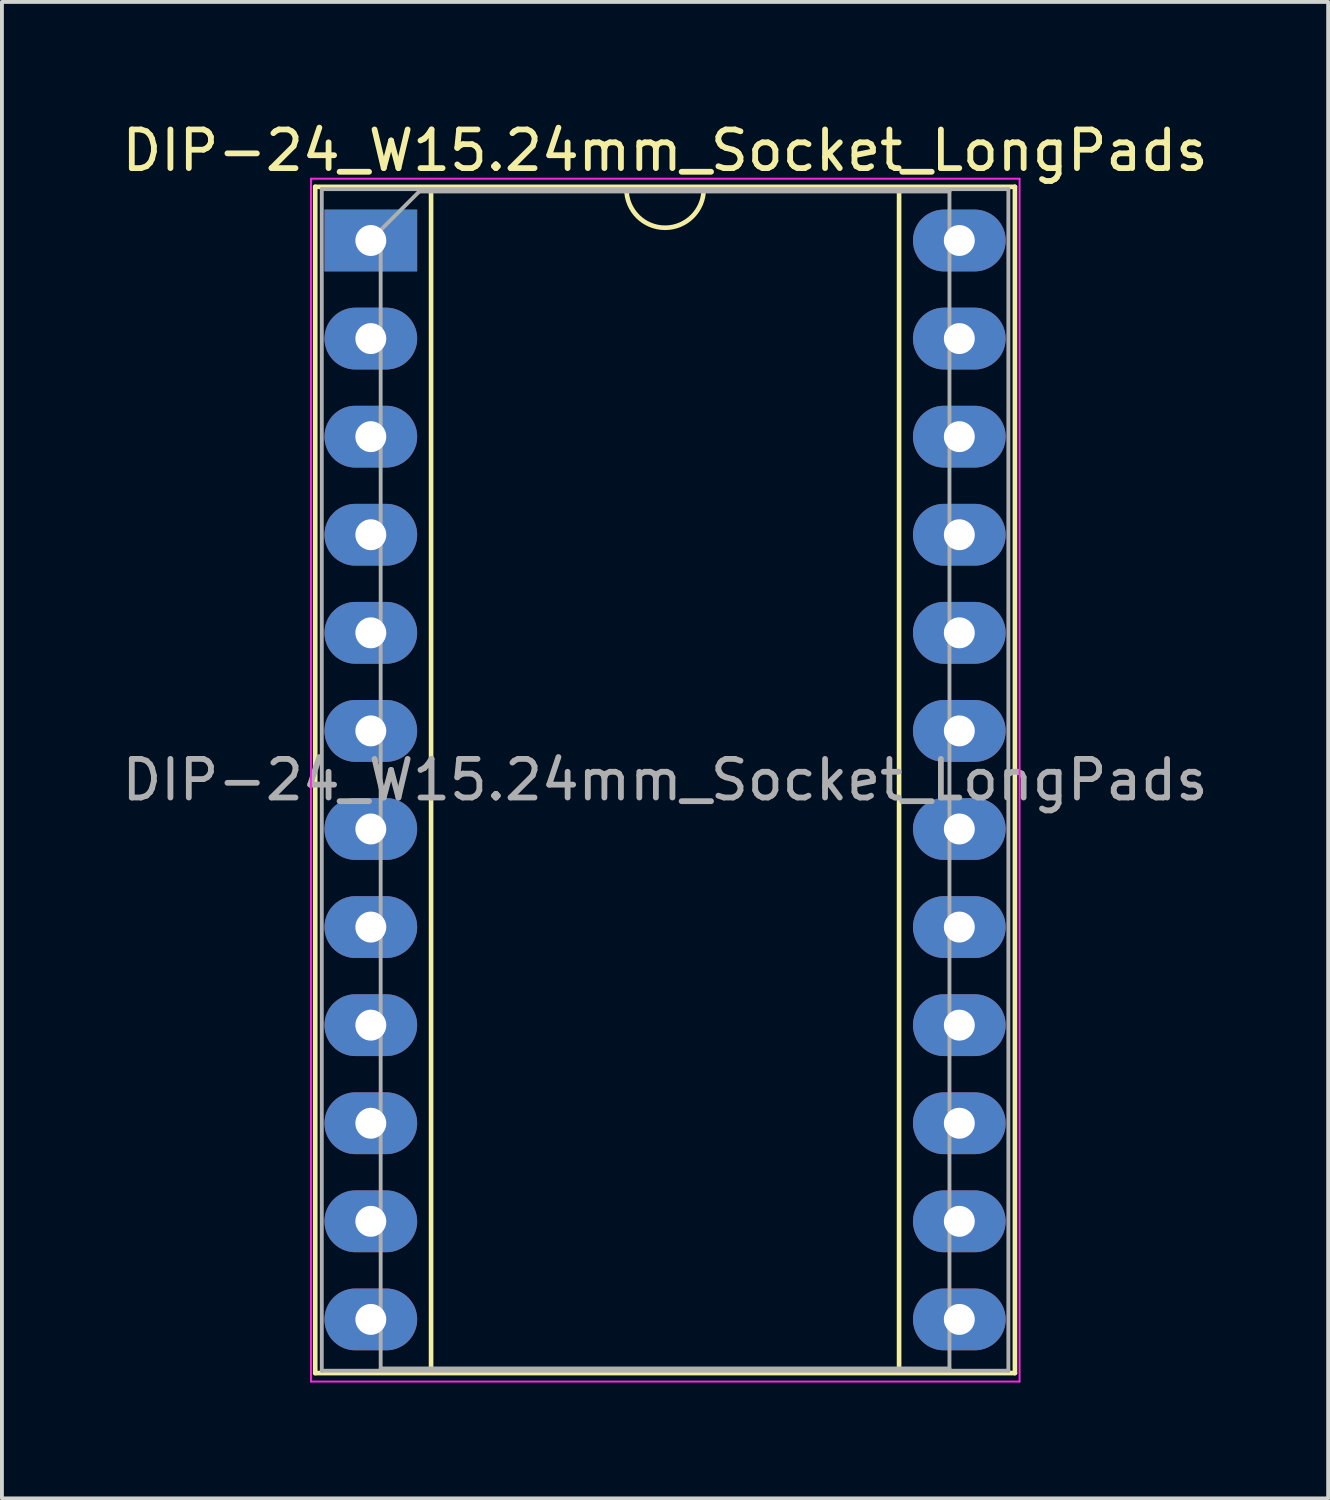
<source format=kicad_pcb>
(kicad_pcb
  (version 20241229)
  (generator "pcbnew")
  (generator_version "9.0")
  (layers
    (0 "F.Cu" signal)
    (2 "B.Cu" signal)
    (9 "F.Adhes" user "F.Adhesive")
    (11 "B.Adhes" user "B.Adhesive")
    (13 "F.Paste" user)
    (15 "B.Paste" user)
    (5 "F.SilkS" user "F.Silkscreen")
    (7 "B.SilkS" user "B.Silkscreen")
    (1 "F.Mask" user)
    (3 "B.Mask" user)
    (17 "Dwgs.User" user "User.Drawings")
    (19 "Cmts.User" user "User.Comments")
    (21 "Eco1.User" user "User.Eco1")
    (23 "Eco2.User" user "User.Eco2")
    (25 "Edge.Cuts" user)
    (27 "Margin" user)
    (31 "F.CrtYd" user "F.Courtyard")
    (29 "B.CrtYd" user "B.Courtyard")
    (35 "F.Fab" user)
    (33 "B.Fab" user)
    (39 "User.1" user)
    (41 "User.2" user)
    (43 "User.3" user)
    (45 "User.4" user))
  (footprint "DIP-24_W15.24mm_Socket_LongPads"
    (layer "F.Cu")
    (at 6.553 3.178)
    (property "Reference" "DIP-24_W15.24mm_Socket_LongPads" (at 7.62 -2.33 0) (layer "F.SilkS") (effects (font (size 1 1) (thickness 0.15))))
    (attr through_hole)
    (fp_line (start -1.44 -1.39) (end -1.44 29.33) (stroke (width 0.12) (type solid)) (layer "F.SilkS"))
    (fp_line (start -1.44 29.33) (end 16.68 29.33) (stroke (width 0.12) (type solid)) (layer "F.SilkS"))
    (fp_line (start 1.56 -1.33) (end 1.56 29.27) (stroke (width 0.12) (type solid)) (layer "F.SilkS"))
    (fp_line (start 1.56 29.27) (end 13.68 29.27) (stroke (width 0.12) (type solid)) (layer "F.SilkS"))
    (fp_line (start 6.62 -1.33) (end 1.56 -1.33) (stroke (width 0.12) (type solid)) (layer "F.SilkS"))
    (fp_line (start 13.68 -1.33) (end 8.62 -1.33) (stroke (width 0.12) (type solid)) (layer "F.SilkS"))
    (fp_line (start 13.68 29.27) (end 13.68 -1.33) (stroke (width 0.12) (type solid)) (layer "F.SilkS"))
    (fp_line (start 16.68 -1.39) (end -1.44 -1.39) (stroke (width 0.12) (type solid)) (layer "F.SilkS"))
    (fp_line (start 16.68 29.33) (end 16.68 -1.39) (stroke (width 0.12) (type solid)) (layer "F.SilkS"))
    (fp_arc (start 8.62 -1.33) (mid 7.62 -0.33) (end 6.62 -1.33) (stroke (width 0.12) (type solid)) (layer "F.SilkS"))
    (fp_line (start -1.55 -1.6) (end -1.55 29.55) (stroke (width 0.05) (type solid)) (layer "F.CrtYd"))
    (fp_line (start -1.55 29.55) (end 16.8 29.55) (stroke (width 0.05) (type solid)) (layer "F.CrtYd"))
    (fp_line (start 16.8 -1.6) (end -1.55 -1.6) (stroke (width 0.05) (type solid)) (layer "F.CrtYd"))
    (fp_line (start 16.8 29.55) (end 16.8 -1.6) (stroke (width 0.05) (type solid)) (layer "F.CrtYd"))
    (fp_line (start -1.27 -1.33) (end -1.27 29.27) (stroke (width 0.1) (type solid)) (layer "F.Fab"))
    (fp_line (start -1.27 29.27) (end 16.51 29.27) (stroke (width 0.1) (type solid)) (layer "F.Fab"))
    (fp_line (start 0.255 -0.27) (end 1.255 -1.27) (stroke (width 0.1) (type solid)) (layer "F.Fab"))
    (fp_line (start 0.255 29.21) (end 0.255 -0.27) (stroke (width 0.1) (type solid)) (layer "F.Fab"))
    (fp_line (start 1.255 -1.27) (end 14.985 -1.27) (stroke (width 0.1) (type solid)) (layer "F.Fab"))
    (fp_line (start 14.985 -1.27) (end 14.985 29.21) (stroke (width 0.1) (type solid)) (layer "F.Fab"))
    (fp_line (start 14.985 29.21) (end 0.255 29.21) (stroke (width 0.1) (type solid)) (layer "F.Fab"))
    (fp_line (start 16.51 -1.33) (end -1.27 -1.33) (stroke (width 0.1) (type solid)) (layer "F.Fab"))
    (fp_line (start 16.51 29.27) (end 16.51 -1.33) (stroke (width 0.1) (type solid)) (layer "F.Fab"))
    (fp_text user "${REFERENCE}" (at 7.62 13.97 0) (layer "F.Fab") (effects (font (size 1 1) (thickness 0.15))))
    (pad "1" thru_hole rect (at 0 0) (size 2.4 1.6) (drill 0.8) (layers "*.Cu" "*.Mask"))
    (pad "2" thru_hole oval (at 0 2.54) (size 2.4 1.6) (drill 0.8) (layers "*.Cu" "*.Mask"))
    (pad "3" thru_hole oval (at 0 5.08) (size 2.4 1.6) (drill 0.8) (layers "*.Cu" "*.Mask"))
    (pad "4" thru_hole oval (at 0 7.62) (size 2.4 1.6) (drill 0.8) (layers "*.Cu" "*.Mask"))
    (pad "5" thru_hole oval (at 0 10.16) (size 2.4 1.6) (drill 0.8) (layers "*.Cu" "*.Mask"))
    (pad "6" thru_hole oval (at 0 12.7) (size 2.4 1.6) (drill 0.8) (layers "*.Cu" "*.Mask"))
    (pad "7" thru_hole oval (at 0 15.24) (size 2.4 1.6) (drill 0.8) (layers "*.Cu" "*.Mask"))
    (pad "8" thru_hole oval (at 0 17.78) (size 2.4 1.6) (drill 0.8) (layers "*.Cu" "*.Mask"))
    (pad "9" thru_hole oval (at 0 20.32) (size 2.4 1.6) (drill 0.8) (layers "*.Cu" "*.Mask"))
    (pad "10" thru_hole oval (at 0 22.86) (size 2.4 1.6) (drill 0.8) (layers "*.Cu" "*.Mask"))
    (pad "11" thru_hole oval (at 0 25.4) (size 2.4 1.6) (drill 0.8) (layers "*.Cu" "*.Mask"))
    (pad "12" thru_hole oval (at 0 27.94) (size 2.4 1.6) (drill 0.8) (layers "*.Cu" "*.Mask"))
    (pad "13" thru_hole oval (at 15.24 27.94) (size 2.4 1.6) (drill 0.8) (layers "*.Cu" "*.Mask"))
    (pad "14" thru_hole oval (at 15.24 25.4) (size 2.4 1.6) (drill 0.8) (layers "*.Cu" "*.Mask"))
    (pad "15" thru_hole oval (at 15.24 22.86) (size 2.4 1.6) (drill 0.8) (layers "*.Cu" "*.Mask"))
    (pad "16" thru_hole oval (at 15.24 20.32) (size 2.4 1.6) (drill 0.8) (layers "*.Cu" "*.Mask"))
    (pad "17" thru_hole oval (at 15.24 17.78) (size 2.4 1.6) (drill 0.8) (layers "*.Cu" "*.Mask"))
    (pad "18" thru_hole oval (at 15.24 15.24) (size 2.4 1.6) (drill 0.8) (layers "*.Cu" "*.Mask"))
    (pad "19" thru_hole oval (at 15.24 12.7) (size 2.4 1.6) (drill 0.8) (layers "*.Cu" "*.Mask"))
    (pad "20" thru_hole oval (at 15.24 10.16) (size 2.4 1.6) (drill 0.8) (layers "*.Cu" "*.Mask"))
    (pad "21" thru_hole oval (at 15.24 7.62) (size 2.4 1.6) (drill 0.8) (layers "*.Cu" "*.Mask"))
    (pad "22" thru_hole oval (at 15.24 5.08) (size 2.4 1.6) (drill 0.8) (layers "*.Cu" "*.Mask"))
    (pad "23" thru_hole oval (at 15.24 2.54) (size 2.4 1.6) (drill 0.8) (layers "*.Cu" "*.Mask"))
    (pad "24" thru_hole oval (at 15.24 0) (size 2.4 1.6) (drill 0.8) (layers "*.Cu" "*.Mask")))
  (gr_rect
    (start -3 -3)
    (end 31.345 35.753)
    (stroke (width 0.1) (type default))
    (fill no)
    (layer "Edge.Cuts")))
</source>
